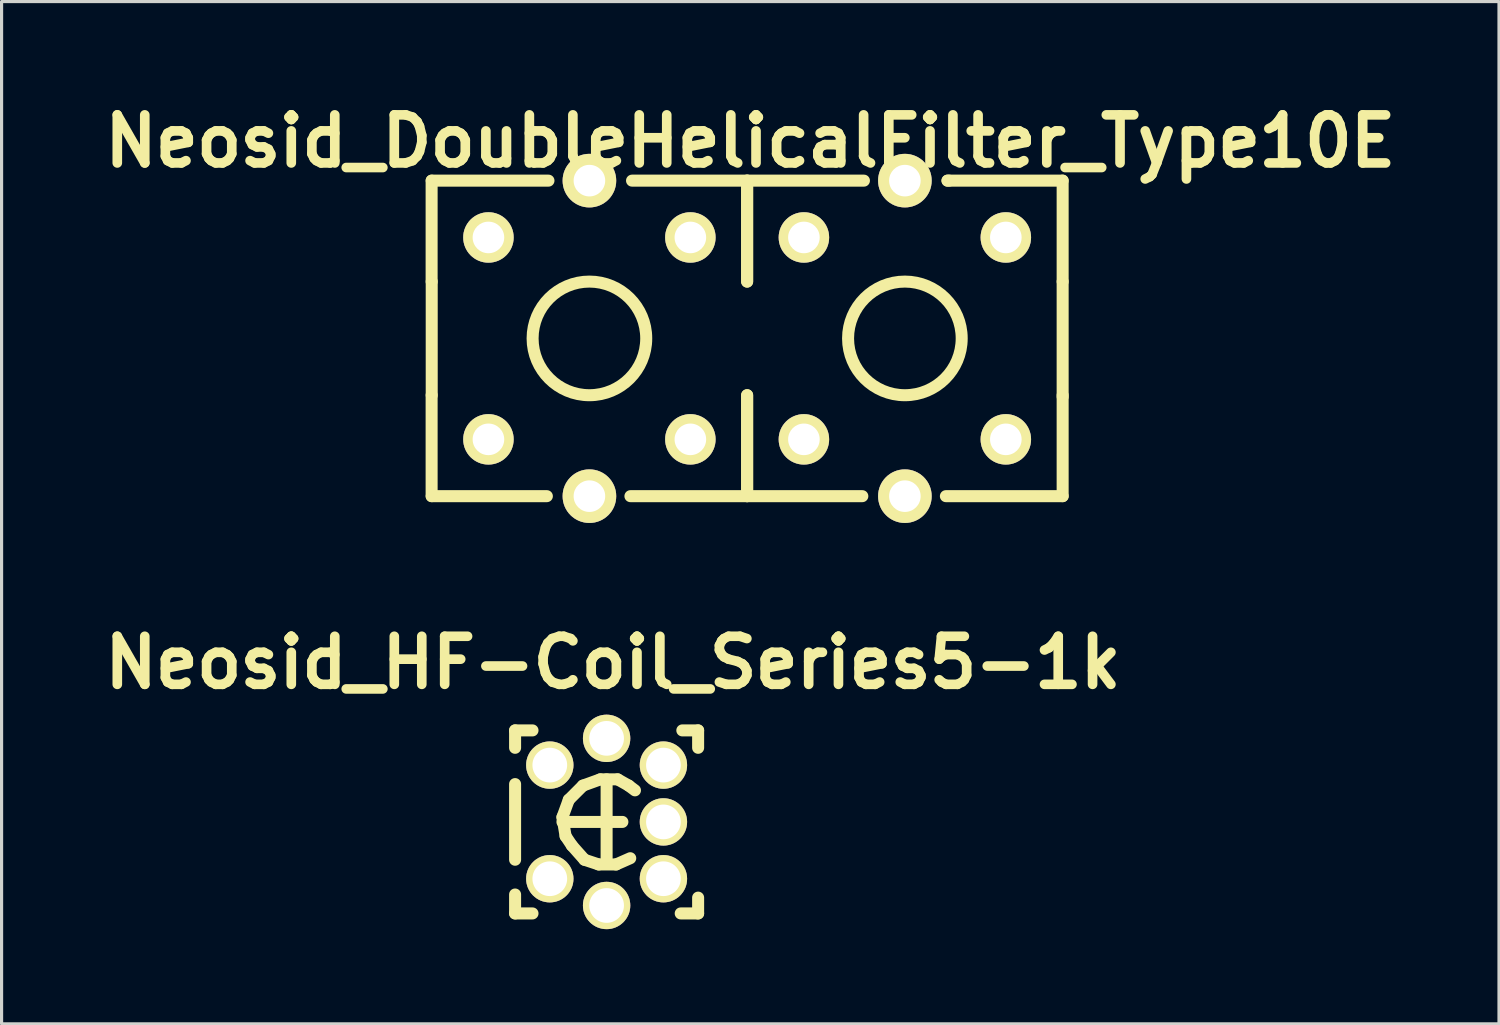
<source format=kicad_pcb>
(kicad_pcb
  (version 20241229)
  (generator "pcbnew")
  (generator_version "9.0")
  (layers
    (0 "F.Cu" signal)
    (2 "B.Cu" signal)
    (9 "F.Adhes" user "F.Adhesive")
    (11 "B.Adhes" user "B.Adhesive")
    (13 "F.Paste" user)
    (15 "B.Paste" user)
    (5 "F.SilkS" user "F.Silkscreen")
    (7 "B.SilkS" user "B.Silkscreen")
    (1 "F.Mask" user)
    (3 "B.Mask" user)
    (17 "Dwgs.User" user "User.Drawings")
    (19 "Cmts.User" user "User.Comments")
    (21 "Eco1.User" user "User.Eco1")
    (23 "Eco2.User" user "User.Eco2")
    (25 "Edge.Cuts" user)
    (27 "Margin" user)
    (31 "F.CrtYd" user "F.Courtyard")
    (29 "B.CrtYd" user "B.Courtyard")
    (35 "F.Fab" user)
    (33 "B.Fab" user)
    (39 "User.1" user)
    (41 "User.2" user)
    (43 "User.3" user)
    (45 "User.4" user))
  (footprint "Neosid_HF-Coil_Series5-1k"
    (layer "F.Cu")
    (at 16.179 23.004)
    (property "Reference" "Neosid_HF-Coil_Series5-1k" (at 0.201 -5.05 0) (layer "F.SilkS") (effects (font (size 1.524 1.524) (thickness 0.305))))
    (attr through_hole)
    (fp_line (start -2.901 -2.901) (end -2.901 -2.349) (stroke (width 0.381) (type solid)) (layer "F.SilkS"))
    (fp_line (start -2.901 -2.901) (end -2.349 -2.901) (stroke (width 0.381) (type solid)) (layer "F.SilkS"))
    (fp_line (start -2.901 1.199) (end -2.901 -1.199) (stroke (width 0.381) (type solid)) (layer "F.SilkS"))
    (fp_line (start -2.901 2.901) (end -2.901 2.301) (stroke (width 0.381) (type solid)) (layer "F.SilkS"))
    (fp_line (start -2.901 2.901) (end -2.349 2.901) (stroke (width 0.381) (type solid)) (layer "F.SilkS"))
    (fp_line (start -1.4 -0.15) (end -1.3 0.45) (stroke (width 0.381) (type solid)) (layer "F.SilkS"))
    (fp_line (start -1.4 0) (end 0.5 0) (stroke (width 0.381) (type solid)) (layer "F.SilkS"))
    (fp_line (start -1.3 0.45) (end -1.1 0.749) (stroke (width 0.381) (type solid)) (layer "F.SilkS"))
    (fp_line (start -1.199 -0.701) (end -1.4 -0.15) (stroke (width 0.381) (type solid)) (layer "F.SilkS"))
    (fp_line (start -1.1 0.749) (end -0.701 1.199) (stroke (width 0.381) (type solid)) (layer "F.SilkS"))
    (fp_line (start -0.749 -1.151) (end -1.199 -0.701) (stroke (width 0.381) (type solid)) (layer "F.SilkS"))
    (fp_line (start -0.701 1.199) (end -0.249 1.349) (stroke (width 0.381) (type solid)) (layer "F.SilkS"))
    (fp_line (start -0.249 1.349) (end 0.3 1.349) (stroke (width 0.381) (type solid)) (layer "F.SilkS"))
    (fp_line (start -0.201 -1.349) (end -0.749 -1.151) (stroke (width 0.381) (type solid)) (layer "F.SilkS"))
    (fp_line (start 0 -1.349) (end 0 1.3) (stroke (width 0.381) (type solid)) (layer "F.SilkS"))
    (fp_line (start 0.3 1.349) (end 0.749 1.151) (stroke (width 0.381) (type solid)) (layer "F.SilkS"))
    (fp_line (start 0.351 -1.349) (end -0.201 -1.349) (stroke (width 0.381) (type solid)) (layer "F.SilkS"))
    (fp_line (start 0.701 -1.151) (end 0.351 -1.349) (stroke (width 0.381) (type solid)) (layer "F.SilkS"))
    (fp_line (start 0.899 -1.001) (end 0.701 -1.151) (stroke (width 0.381) (type solid)) (layer "F.SilkS"))
    (fp_line (start 2.901 -2.901) (end 2.4 -2.901) (stroke (width 0.381) (type solid)) (layer "F.SilkS"))
    (fp_line (start 2.901 -2.901) (end 2.901 -2.349) (stroke (width 0.381) (type solid)) (layer "F.SilkS"))
    (fp_line (start 2.901 2.901) (end 2.349 2.901) (stroke (width 0.381) (type solid)) (layer "F.SilkS"))
    (fp_line (start 2.901 2.901) (end 2.901 2.4) (stroke (width 0.381) (type solid)) (layer "F.SilkS"))
    (pad "1" thru_hole circle (at -1.801 -1.801 90) (size 1.501 1.501) (drill 1.1) (layers "*.Cu" "*.Mask" "F.SilkS"))
    (pad "2" thru_hole circle (at 0 -2.649 90) (size 1.501 1.501) (drill 1.1) (layers "*.Cu" "*.Mask" "F.SilkS"))
    (pad "2" thru_hole circle (at 1.801 -1.801 90) (size 1.501 1.501) (drill 1.1) (layers "*.Cu" "*.Mask" "F.SilkS"))
    (pad "3" thru_hole circle (at 1.801 0 90) (size 1.501 1.501) (drill 1.1) (layers "*.Cu" "*.Mask" "F.SilkS"))
    (pad "4" thru_hole circle (at 1.801 1.801 90) (size 1.501 1.501) (drill 1.1) (layers "*.Cu" "*.Mask" "F.SilkS"))
    (pad "5" thru_hole circle (at 0 2.649 90) (size 1.501 1.501) (drill 1.1) (layers "*.Cu" "*.Mask" "F.SilkS"))
    (pad "6" thru_hole circle (at -1.801 1.801 90) (size 1.501 1.501) (drill 1.1) (layers "*.Cu" "*.Mask" "F.SilkS")))
  (footprint "Neosid_DoubleHelicalFilter_Type10E"
    (layer "F.Cu")
    (at 20.635 7.677)
    (property "Reference" "Neosid_DoubleHelicalFilter_Type10E" (at 0.099 -6.251 0) (layer "F.SilkS") (effects (font (size 1.524 1.524) (thickness 0.305))))
    (attr through_hole)
    (fp_line (start -10.003 -5.001) (end -10.003 -1.801) (stroke (width 0.381) (type solid)) (layer "F.SilkS"))
    (fp_line (start -10.003 1.801) (end -10.003 5.001) (stroke (width 0.381) (type solid)) (layer "F.SilkS"))
    (fp_line (start -10 -1.801) (end -10 1.801) (stroke (width 0.381) (type solid)) (layer "F.SilkS"))
    (fp_line (start -10 5.001) (end -6.35 5.001) (stroke (width 0.381) (type solid)) (layer "F.SilkS"))
    (fp_line (start -6.299 -5.001) (end -10 -5.001) (stroke (width 0.381) (type solid)) (layer "F.SilkS"))
    (fp_line (start -3.701 5.001) (end 3.65 5.001) (stroke (width 0.381) (type solid)) (layer "F.SilkS"))
    (fp_line (start -0.003 -5.001) (end -0.003 -1.801) (stroke (width 0.381) (type solid)) (layer "F.SilkS"))
    (fp_line (start -0.003 1.801) (end -0.003 5.001) (stroke (width 0.381) (type solid)) (layer "F.SilkS"))
    (fp_line (start 0 -1.801) (end 0 -5.001) (stroke (width 0.381) (type solid)) (layer "F.SilkS"))
    (fp_line (start 0 5.001) (end 0 1.801) (stroke (width 0.381) (type solid)) (layer "F.SilkS"))
    (fp_line (start 3.701 -5.001) (end -3.65 -5.001) (stroke (width 0.381) (type solid)) (layer "F.SilkS"))
    (fp_line (start 6.299 5.001) (end 10 5.001) (stroke (width 0.381) (type solid)) (layer "F.SilkS"))
    (fp_line (start 6.35 -5.001) (end 6.401 -5.001) (stroke (width 0.381) (type solid)) (layer "F.SilkS"))
    (fp_line (start 10 -5.001) (end 6.35 -5.001) (stroke (width 0.381) (type solid)) (layer "F.SilkS"))
    (fp_line (start 10 -1.801) (end 10 -5.001) (stroke (width 0.381) (type solid)) (layer "F.SilkS"))
    (fp_line (start 10 -1.801) (end 10 1.849) (stroke (width 0.381) (type solid)) (layer "F.SilkS"))
    (fp_line (start 10 5.001) (end 10 1.801) (stroke (width 0.381) (type solid)) (layer "F.SilkS"))
    (fp_circle (center -5.001 0) (end -3.2 0) (stroke (width 0.381) (type solid)) (fill no) (layer "F.SilkS"))
    (fp_circle (center 4.999 0) (end 6.8 0) (stroke (width 0.381) (type solid)) (fill no) (layer "F.SilkS"))
    (pad "1" thru_hole circle (at -1.801 3.2 90) (size 1.6 1.6) (drill 1.001) (layers "*.Cu" "*.Mask" "F.SilkS"))
    (pad "2" thru_hole circle (at -1.801 -3.2 90) (size 1.6 1.6) (drill 1.001) (layers "*.Cu" "*.Mask" "F.SilkS"))
    (pad "4" thru_hole circle (at -8.202 -3.2 90) (size 1.6 1.6) (drill 1.001) (layers "*.Cu" "*.Mask" "F.SilkS"))
    (pad "5" thru_hole circle (at -8.202 3.2 90) (size 1.6 1.6) (drill 1.001) (layers "*.Cu" "*.Mask" "F.SilkS"))
    (pad "21" thru_hole circle (at 8.199 3.2 90) (size 1.6 1.6) (drill 1.001) (layers "*.Cu" "*.Mask" "F.SilkS"))
    (pad "22" thru_hole circle (at 8.199 -3.2 90) (size 1.6 1.6) (drill 1.001) (layers "*.Cu" "*.Mask" "F.SilkS"))
    (pad "24" thru_hole circle (at 1.798 -3.2 90) (size 1.6 1.6) (drill 1.001) (layers "*.Cu" "*.Mask" "F.SilkS"))
    (pad "25" thru_hole circle (at 1.798 3.2 90) (size 1.6 1.6) (drill 1.001) (layers "*.Cu" "*.Mask" "F.SilkS"))
    (pad "~" thru_hole circle (at -5.001 -5.001 90) (size 1.699 1.699) (drill 1.001) (layers "*.Cu" "*.Mask" "F.SilkS"))
    (pad "~" thru_hole circle (at -5.001 5.001 90) (size 1.699 1.699) (drill 1.001) (layers "*.Cu" "*.Mask" "F.SilkS"))
    (pad "~" thru_hole circle (at 4.999 -5.001 90) (size 1.699 1.699) (drill 1.001) (layers "*.Cu" "*.Mask" "F.SilkS"))
    (pad "~" thru_hole circle (at 4.999 5.001 90) (size 1.699 1.699) (drill 1.001) (layers "*.Cu" "*.Mask" "F.SilkS")))
  (gr_rect
    (start -3 -3)
    (end 44.467 29.404)
    (stroke (width 0.1) (type default))
    (fill no)
    (layer "Edge.Cuts")))
</source>
